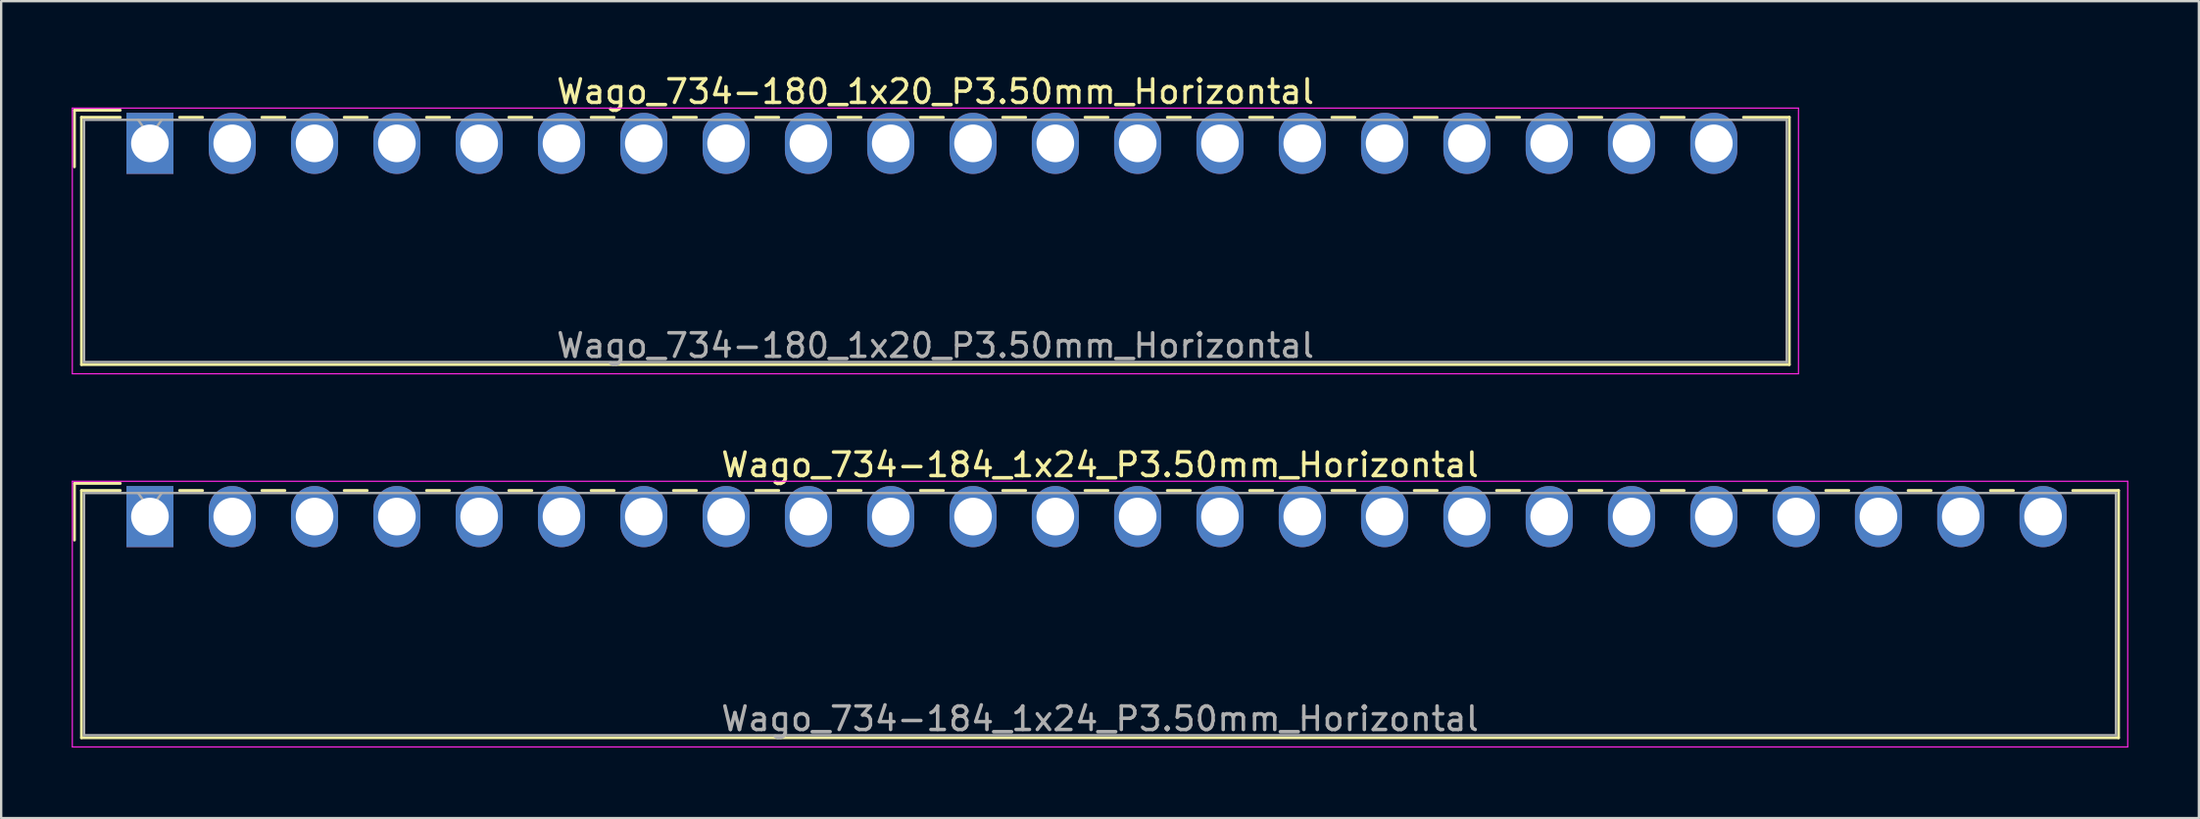
<source format=kicad_pcb>
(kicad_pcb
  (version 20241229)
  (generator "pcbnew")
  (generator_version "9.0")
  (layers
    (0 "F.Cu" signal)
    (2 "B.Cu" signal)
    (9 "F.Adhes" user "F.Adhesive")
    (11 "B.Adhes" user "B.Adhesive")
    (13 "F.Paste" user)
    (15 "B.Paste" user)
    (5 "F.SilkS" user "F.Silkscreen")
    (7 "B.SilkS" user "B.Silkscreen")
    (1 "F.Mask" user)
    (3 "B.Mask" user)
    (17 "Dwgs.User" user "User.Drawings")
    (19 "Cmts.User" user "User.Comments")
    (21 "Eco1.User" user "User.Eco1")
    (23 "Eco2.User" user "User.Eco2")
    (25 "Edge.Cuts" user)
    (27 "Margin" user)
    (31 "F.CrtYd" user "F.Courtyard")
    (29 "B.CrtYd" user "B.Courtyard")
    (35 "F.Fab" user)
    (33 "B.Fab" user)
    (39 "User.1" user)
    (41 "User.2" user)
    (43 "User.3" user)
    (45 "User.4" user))
  (footprint "Wago_734-180_1x20_P3.50mm_Horizontal"
    (layer "F.Cu")
    (at 3.325 3.048)
    (property "Reference" "Wago_734-180_1x20_P3.50mm_Horizontal" (at 33.4 -2.2 0) (layer "F.SilkS") (effects (font (size 1 1) (thickness 0.15))))
    (attr through_hole)
    (fp_line (start -3.21 -1.41) (end -1.26 -1.41) (stroke (width 0.12) (type solid)) (layer "F.SilkS"))
    (fp_line (start -3.21 1) (end -3.21 -1.41) (stroke (width 0.12) (type solid)) (layer "F.SilkS"))
    (fp_line (start -2.91 -1.11) (end -2.91 9.41) (stroke (width 0.12) (type solid)) (layer "F.SilkS"))
    (fp_line (start -2.91 9.41) (end 69.71 9.41) (stroke (width 0.12) (type solid)) (layer "F.SilkS"))
    (fp_line (start -1.26 -1.11) (end -2.91 -1.11) (stroke (width 0.12) (type solid)) (layer "F.SilkS"))
    (fp_line (start 1.26 -1.11) (end 2.24 -1.11) (stroke (width 0.12) (type solid)) (layer "F.SilkS"))
    (fp_line (start 4.76 -1.11) (end 5.74 -1.11) (stroke (width 0.12) (type solid)) (layer "F.SilkS"))
    (fp_line (start 8.26 -1.11) (end 9.24 -1.11) (stroke (width 0.12) (type solid)) (layer "F.SilkS"))
    (fp_line (start 11.76 -1.11) (end 12.74 -1.11) (stroke (width 0.12) (type solid)) (layer "F.SilkS"))
    (fp_line (start 15.26 -1.11) (end 16.24 -1.11) (stroke (width 0.12) (type solid)) (layer "F.SilkS"))
    (fp_line (start 18.76 -1.11) (end 19.74 -1.11) (stroke (width 0.12) (type solid)) (layer "F.SilkS"))
    (fp_line (start 22.26 -1.11) (end 23.24 -1.11) (stroke (width 0.12) (type solid)) (layer "F.SilkS"))
    (fp_line (start 25.76 -1.11) (end 26.74 -1.11) (stroke (width 0.12) (type solid)) (layer "F.SilkS"))
    (fp_line (start 29.26 -1.11) (end 30.24 -1.11) (stroke (width 0.12) (type solid)) (layer "F.SilkS"))
    (fp_line (start 32.76 -1.11) (end 33.74 -1.11) (stroke (width 0.12) (type solid)) (layer "F.SilkS"))
    (fp_line (start 36.26 -1.11) (end 37.24 -1.11) (stroke (width 0.12) (type solid)) (layer "F.SilkS"))
    (fp_line (start 39.76 -1.11) (end 40.74 -1.11) (stroke (width 0.12) (type solid)) (layer "F.SilkS"))
    (fp_line (start 43.26 -1.11) (end 44.24 -1.11) (stroke (width 0.12) (type solid)) (layer "F.SilkS"))
    (fp_line (start 46.76 -1.11) (end 47.74 -1.11) (stroke (width 0.12) (type solid)) (layer "F.SilkS"))
    (fp_line (start 50.26 -1.11) (end 51.24 -1.11) (stroke (width 0.12) (type solid)) (layer "F.SilkS"))
    (fp_line (start 53.76 -1.11) (end 54.74 -1.11) (stroke (width 0.12) (type solid)) (layer "F.SilkS"))
    (fp_line (start 57.26 -1.11) (end 58.24 -1.11) (stroke (width 0.12) (type solid)) (layer "F.SilkS"))
    (fp_line (start 60.76 -1.11) (end 61.74 -1.11) (stroke (width 0.12) (type solid)) (layer "F.SilkS"))
    (fp_line (start 64.26 -1.11) (end 65.24 -1.11) (stroke (width 0.12) (type solid)) (layer "F.SilkS"))
    (fp_line (start 69.71 -1.11) (end 67.76 -1.11) (stroke (width 0.12) (type solid)) (layer "F.SilkS"))
    (fp_line (start 69.71 9.41) (end 69.71 -1.11) (stroke (width 0.12) (type solid)) (layer "F.SilkS"))
    (fp_line (start -3.3 -1.5) (end -3.3 9.8) (stroke (width 0.05) (type solid)) (layer "F.CrtYd"))
    (fp_line (start -3.3 9.8) (end 70.1 9.8) (stroke (width 0.05) (type solid)) (layer "F.CrtYd"))
    (fp_line (start 70.1 -1.5) (end -3.3 -1.5) (stroke (width 0.05) (type solid)) (layer "F.CrtYd"))
    (fp_line (start 70.1 9.8) (end 70.1 -1.5) (stroke (width 0.05) (type solid)) (layer "F.CrtYd"))
    (fp_line (start -2.8 -1) (end -2.8 9.3) (stroke (width 0.1) (type solid)) (layer "F.Fab"))
    (fp_line (start -2.8 9.3) (end 69.6 9.3) (stroke (width 0.1) (type solid)) (layer "F.Fab"))
    (fp_line (start -0.5 -1) (end 0 -0.293) (stroke (width 0.1) (type solid)) (layer "F.Fab"))
    (fp_line (start 0 -0.293) (end 0.5 -1) (stroke (width 0.1) (type solid)) (layer "F.Fab"))
    (fp_line (start 69.6 -1) (end -2.8 -1) (stroke (width 0.1) (type solid)) (layer "F.Fab"))
    (fp_line (start 69.6 9.3) (end 69.6 -1) (stroke (width 0.1) (type solid)) (layer "F.Fab"))
    (fp_text user "${REFERENCE}" (at 33.4 8.6 0) (layer "F.Fab") (effects (font (size 1 1) (thickness 0.15))))
    (pad "1" thru_hole rect (at 0 0) (size 2 2.6) (drill 1.6) (layers "*.Cu" "*.Mask"))
    (pad "2" thru_hole oval (at 3.5 0) (size 2 2.6) (drill 1.6) (layers "*.Cu" "*.Mask"))
    (pad "3" thru_hole oval (at 7 0) (size 2 2.6) (drill 1.6) (layers "*.Cu" "*.Mask"))
    (pad "4" thru_hole oval (at 10.5 0) (size 2 2.6) (drill 1.6) (layers "*.Cu" "*.Mask"))
    (pad "5" thru_hole oval (at 14 0) (size 2 2.6) (drill 1.6) (layers "*.Cu" "*.Mask"))
    (pad "6" thru_hole oval (at 17.5 0) (size 2 2.6) (drill 1.6) (layers "*.Cu" "*.Mask"))
    (pad "7" thru_hole oval (at 21 0) (size 2 2.6) (drill 1.6) (layers "*.Cu" "*.Mask"))
    (pad "8" thru_hole oval (at 24.5 0) (size 2 2.6) (drill 1.6) (layers "*.Cu" "*.Mask"))
    (pad "9" thru_hole oval (at 28 0) (size 2 2.6) (drill 1.6) (layers "*.Cu" "*.Mask"))
    (pad "10" thru_hole oval (at 31.5 0) (size 2 2.6) (drill 1.6) (layers "*.Cu" "*.Mask"))
    (pad "11" thru_hole oval (at 35 0) (size 2 2.6) (drill 1.6) (layers "*.Cu" "*.Mask"))
    (pad "12" thru_hole oval (at 38.5 0) (size 2 2.6) (drill 1.6) (layers "*.Cu" "*.Mask"))
    (pad "13" thru_hole oval (at 42 0) (size 2 2.6) (drill 1.6) (layers "*.Cu" "*.Mask"))
    (pad "14" thru_hole oval (at 45.5 0) (size 2 2.6) (drill 1.6) (layers "*.Cu" "*.Mask"))
    (pad "15" thru_hole oval (at 49 0) (size 2 2.6) (drill 1.6) (layers "*.Cu" "*.Mask"))
    (pad "16" thru_hole oval (at 52.5 0) (size 2 2.6) (drill 1.6) (layers "*.Cu" "*.Mask"))
    (pad "17" thru_hole oval (at 56 0) (size 2 2.6) (drill 1.6) (layers "*.Cu" "*.Mask"))
    (pad "18" thru_hole oval (at 59.5 0) (size 2 2.6) (drill 1.6) (layers "*.Cu" "*.Mask"))
    (pad "19" thru_hole oval (at 63 0) (size 2 2.6) (drill 1.6) (layers "*.Cu" "*.Mask"))
    (pad "20" thru_hole oval (at 66.5 0) (size 2 2.6) (drill 1.6) (layers "*.Cu" "*.Mask")))
  (footprint "Wago_734-184_1x24_P3.50mm_Horizontal"
    (layer "F.Cu")
    (at 3.325 18.922)
    (property "Reference" "Wago_734-184_1x24_P3.50mm_Horizontal" (at 40.4 -2.2 0) (layer "F.SilkS") (effects (font (size 1 1) (thickness 0.15))))
    (attr through_hole)
    (fp_line (start -3.21 -1.41) (end -1.26 -1.41) (stroke (width 0.12) (type solid)) (layer "F.SilkS"))
    (fp_line (start -3.21 1) (end -3.21 -1.41) (stroke (width 0.12) (type solid)) (layer "F.SilkS"))
    (fp_line (start -2.91 -1.11) (end -2.91 9.41) (stroke (width 0.12) (type solid)) (layer "F.SilkS"))
    (fp_line (start -2.91 9.41) (end 83.71 9.41) (stroke (width 0.12) (type solid)) (layer "F.SilkS"))
    (fp_line (start -1.26 -1.11) (end -2.91 -1.11) (stroke (width 0.12) (type solid)) (layer "F.SilkS"))
    (fp_line (start 1.26 -1.11) (end 2.24 -1.11) (stroke (width 0.12) (type solid)) (layer "F.SilkS"))
    (fp_line (start 4.76 -1.11) (end 5.74 -1.11) (stroke (width 0.12) (type solid)) (layer "F.SilkS"))
    (fp_line (start 8.26 -1.11) (end 9.24 -1.11) (stroke (width 0.12) (type solid)) (layer "F.SilkS"))
    (fp_line (start 11.76 -1.11) (end 12.74 -1.11) (stroke (width 0.12) (type solid)) (layer "F.SilkS"))
    (fp_line (start 15.26 -1.11) (end 16.24 -1.11) (stroke (width 0.12) (type solid)) (layer "F.SilkS"))
    (fp_line (start 18.76 -1.11) (end 19.74 -1.11) (stroke (width 0.12) (type solid)) (layer "F.SilkS"))
    (fp_line (start 22.26 -1.11) (end 23.24 -1.11) (stroke (width 0.12) (type solid)) (layer "F.SilkS"))
    (fp_line (start 25.76 -1.11) (end 26.74 -1.11) (stroke (width 0.12) (type solid)) (layer "F.SilkS"))
    (fp_line (start 29.26 -1.11) (end 30.24 -1.11) (stroke (width 0.12) (type solid)) (layer "F.SilkS"))
    (fp_line (start 32.76 -1.11) (end 33.74 -1.11) (stroke (width 0.12) (type solid)) (layer "F.SilkS"))
    (fp_line (start 36.26 -1.11) (end 37.24 -1.11) (stroke (width 0.12) (type solid)) (layer "F.SilkS"))
    (fp_line (start 39.76 -1.11) (end 40.74 -1.11) (stroke (width 0.12) (type solid)) (layer "F.SilkS"))
    (fp_line (start 43.26 -1.11) (end 44.24 -1.11) (stroke (width 0.12) (type solid)) (layer "F.SilkS"))
    (fp_line (start 46.76 -1.11) (end 47.74 -1.11) (stroke (width 0.12) (type solid)) (layer "F.SilkS"))
    (fp_line (start 50.26 -1.11) (end 51.24 -1.11) (stroke (width 0.12) (type solid)) (layer "F.SilkS"))
    (fp_line (start 53.76 -1.11) (end 54.74 -1.11) (stroke (width 0.12) (type solid)) (layer "F.SilkS"))
    (fp_line (start 57.26 -1.11) (end 58.24 -1.11) (stroke (width 0.12) (type solid)) (layer "F.SilkS"))
    (fp_line (start 60.76 -1.11) (end 61.74 -1.11) (stroke (width 0.12) (type solid)) (layer "F.SilkS"))
    (fp_line (start 64.26 -1.11) (end 65.24 -1.11) (stroke (width 0.12) (type solid)) (layer "F.SilkS"))
    (fp_line (start 67.76 -1.11) (end 68.74 -1.11) (stroke (width 0.12) (type solid)) (layer "F.SilkS"))
    (fp_line (start 71.26 -1.11) (end 72.24 -1.11) (stroke (width 0.12) (type solid)) (layer "F.SilkS"))
    (fp_line (start 74.76 -1.11) (end 75.74 -1.11) (stroke (width 0.12) (type solid)) (layer "F.SilkS"))
    (fp_line (start 78.26 -1.11) (end 79.24 -1.11) (stroke (width 0.12) (type solid)) (layer "F.SilkS"))
    (fp_line (start 83.71 -1.11) (end 81.76 -1.11) (stroke (width 0.12) (type solid)) (layer "F.SilkS"))
    (fp_line (start 83.71 9.41) (end 83.71 -1.11) (stroke (width 0.12) (type solid)) (layer "F.SilkS"))
    (fp_line (start -3.3 -1.5) (end -3.3 9.8) (stroke (width 0.05) (type solid)) (layer "F.CrtYd"))
    (fp_line (start -3.3 9.8) (end 84.1 9.8) (stroke (width 0.05) (type solid)) (layer "F.CrtYd"))
    (fp_line (start 84.1 -1.5) (end -3.3 -1.5) (stroke (width 0.05) (type solid)) (layer "F.CrtYd"))
    (fp_line (start 84.1 9.8) (end 84.1 -1.5) (stroke (width 0.05) (type solid)) (layer "F.CrtYd"))
    (fp_line (start -2.8 -1) (end -2.8 9.3) (stroke (width 0.1) (type solid)) (layer "F.Fab"))
    (fp_line (start -2.8 9.3) (end 83.6 9.3) (stroke (width 0.1) (type solid)) (layer "F.Fab"))
    (fp_line (start -0.5 -1) (end 0 -0.293) (stroke (width 0.1) (type solid)) (layer "F.Fab"))
    (fp_line (start 0 -0.293) (end 0.5 -1) (stroke (width 0.1) (type solid)) (layer "F.Fab"))
    (fp_line (start 83.6 -1) (end -2.8 -1) (stroke (width 0.1) (type solid)) (layer "F.Fab"))
    (fp_line (start 83.6 9.3) (end 83.6 -1) (stroke (width 0.1) (type solid)) (layer "F.Fab"))
    (fp_text user "${REFERENCE}" (at 40.4 8.6 0) (layer "F.Fab") (effects (font (size 1 1) (thickness 0.15))))
    (pad "1" thru_hole rect (at 0 0) (size 2 2.6) (drill 1.6) (layers "*.Cu" "*.Mask"))
    (pad "2" thru_hole oval (at 3.5 0) (size 2 2.6) (drill 1.6) (layers "*.Cu" "*.Mask"))
    (pad "3" thru_hole oval (at 7 0) (size 2 2.6) (drill 1.6) (layers "*.Cu" "*.Mask"))
    (pad "4" thru_hole oval (at 10.5 0) (size 2 2.6) (drill 1.6) (layers "*.Cu" "*.Mask"))
    (pad "5" thru_hole oval (at 14 0) (size 2 2.6) (drill 1.6) (layers "*.Cu" "*.Mask"))
    (pad "6" thru_hole oval (at 17.5 0) (size 2 2.6) (drill 1.6) (layers "*.Cu" "*.Mask"))
    (pad "7" thru_hole oval (at 21 0) (size 2 2.6) (drill 1.6) (layers "*.Cu" "*.Mask"))
    (pad "8" thru_hole oval (at 24.5 0) (size 2 2.6) (drill 1.6) (layers "*.Cu" "*.Mask"))
    (pad "9" thru_hole oval (at 28 0) (size 2 2.6) (drill 1.6) (layers "*.Cu" "*.Mask"))
    (pad "10" thru_hole oval (at 31.5 0) (size 2 2.6) (drill 1.6) (layers "*.Cu" "*.Mask"))
    (pad "11" thru_hole oval (at 35 0) (size 2 2.6) (drill 1.6) (layers "*.Cu" "*.Mask"))
    (pad "12" thru_hole oval (at 38.5 0) (size 2 2.6) (drill 1.6) (layers "*.Cu" "*.Mask"))
    (pad "13" thru_hole oval (at 42 0) (size 2 2.6) (drill 1.6) (layers "*.Cu" "*.Mask"))
    (pad "14" thru_hole oval (at 45.5 0) (size 2 2.6) (drill 1.6) (layers "*.Cu" "*.Mask"))
    (pad "15" thru_hole oval (at 49 0) (size 2 2.6) (drill 1.6) (layers "*.Cu" "*.Mask"))
    (pad "16" thru_hole oval (at 52.5 0) (size 2 2.6) (drill 1.6) (layers "*.Cu" "*.Mask"))
    (pad "17" thru_hole oval (at 56 0) (size 2 2.6) (drill 1.6) (layers "*.Cu" "*.Mask"))
    (pad "18" thru_hole oval (at 59.5 0) (size 2 2.6) (drill 1.6) (layers "*.Cu" "*.Mask"))
    (pad "19" thru_hole oval (at 63 0) (size 2 2.6) (drill 1.6) (layers "*.Cu" "*.Mask"))
    (pad "20" thru_hole oval (at 66.5 0) (size 2 2.6) (drill 1.6) (layers "*.Cu" "*.Mask"))
    (pad "21" thru_hole oval (at 70 0) (size 2 2.6) (drill 1.6) (layers "*.Cu" "*.Mask"))
    (pad "22" thru_hole oval (at 73.5 0) (size 2 2.6) (drill 1.6) (layers "*.Cu" "*.Mask"))
    (pad "23" thru_hole oval (at 77 0) (size 2 2.6) (drill 1.6) (layers "*.Cu" "*.Mask"))
    (pad "24" thru_hole oval (at 80.5 0) (size 2 2.6) (drill 1.6) (layers "*.Cu" "*.Mask")))
  (gr_rect
    (start -3 -3)
    (end 90.45 31.747)
    (stroke (width 0.1) (type default))
    (fill no)
    (layer "Edge.Cuts")))
</source>
